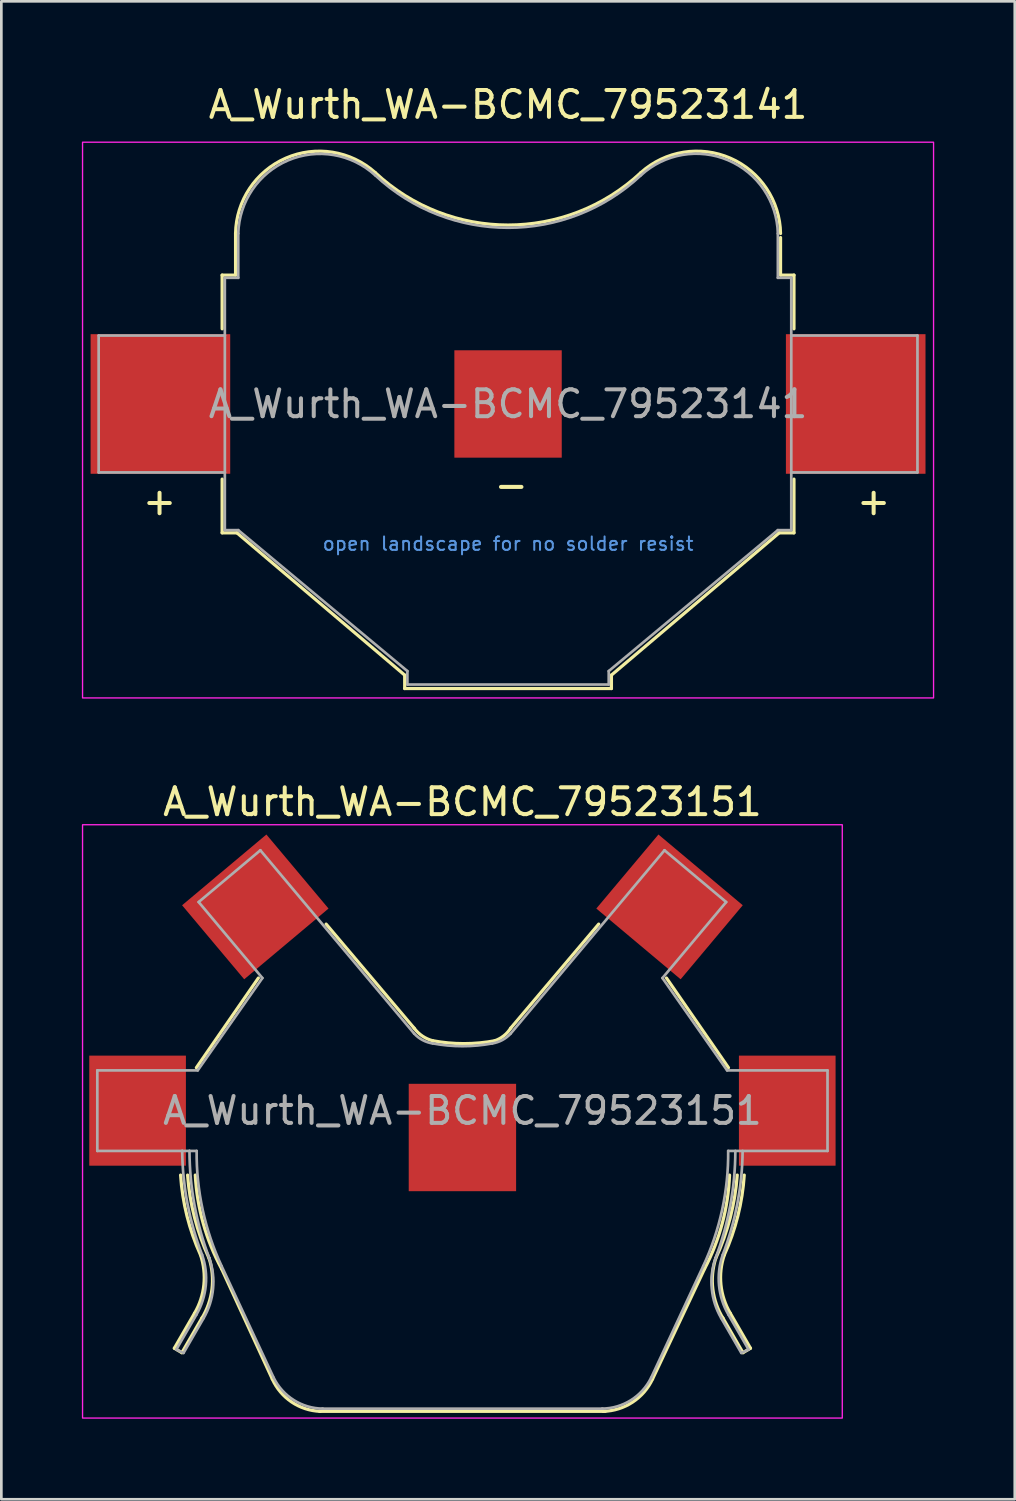
<source format=kicad_pcb>
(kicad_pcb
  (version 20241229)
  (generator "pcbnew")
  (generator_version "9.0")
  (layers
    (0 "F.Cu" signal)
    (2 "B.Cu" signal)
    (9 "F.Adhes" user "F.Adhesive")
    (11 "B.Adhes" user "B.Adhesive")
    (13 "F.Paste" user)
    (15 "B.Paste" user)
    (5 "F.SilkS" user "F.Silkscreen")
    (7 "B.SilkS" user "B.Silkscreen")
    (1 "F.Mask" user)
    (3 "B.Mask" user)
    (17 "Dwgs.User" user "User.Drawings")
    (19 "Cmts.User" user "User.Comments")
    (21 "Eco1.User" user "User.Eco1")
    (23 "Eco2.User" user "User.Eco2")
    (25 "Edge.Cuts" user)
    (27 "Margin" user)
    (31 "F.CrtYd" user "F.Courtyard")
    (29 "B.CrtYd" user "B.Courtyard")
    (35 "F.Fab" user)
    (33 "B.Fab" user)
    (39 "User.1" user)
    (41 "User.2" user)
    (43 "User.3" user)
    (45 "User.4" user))
  (footprint "A_Wurth_WA-BCMC_79523151"
    (layer "F.Cu")
    (at 14.175 38.322)
    (property "Reference" "A_Wurth_WA-BCMC_79523151" (at 0 -11.5 0) (unlocked yes) (layer "F.SilkS") (effects (font (size 1 1) (thickness 0.15))))
    (attr smd)
    (fp_line (start -10.73 8.85) (end -10.45 9.015) (stroke (width 0.12) (type solid)) (layer "F.SilkS"))
    (fp_line (start -9.98 7.55) (end -10.73 8.85) (stroke (width 0.12) (type solid)) (layer "F.SilkS"))
    (fp_line (start -9.699 7.717) (end -10.449 9.016) (stroke (width 0.12) (type solid)) (layer "F.SilkS"))
    (fp_line (start -8.97 5.89) (end -7.082 9.996) (stroke (width 0.12) (type solid)) (layer "F.SilkS"))
    (fp_line (start -7.601 -4.94) (end -9.91 -1.6) (stroke (width 0.12) (type solid)) (layer "F.SilkS"))
    (fp_line (start -5.32 11.2) (end -5.3 11.2) (stroke (width 0.12) (type solid)) (layer "F.SilkS"))
    (fp_line (start -5.3 11.2) (end 5.25 11.2) (stroke (width 0.12) (type solid)) (layer "F.SilkS"))
    (fp_line (start -5.077 -6.949) (end -1.798 -3.072) (stroke (width 0.12) (type solid)) (layer "F.SilkS"))
    (fp_line (start 5.077 -6.949) (end 1.798 -3.072) (stroke (width 0.12) (type solid)) (layer "F.SilkS"))
    (fp_line (start 5.25 11.2) (end 5.32 11.2) (stroke (width 0.12) (type solid)) (layer "F.SilkS"))
    (fp_line (start 7.601 -4.94) (end 9.91 -1.6) (stroke (width 0.12) (type solid)) (layer "F.SilkS"))
    (fp_line (start 9.02 5.89) (end 7.082 9.996) (stroke (width 0.12) (type solid)) (layer "F.SilkS"))
    (fp_line (start 9.699 7.717) (end 10.449 9.016) (stroke (width 0.12) (type solid)) (layer "F.SilkS"))
    (fp_line (start 9.98 7.55) (end 10.73 8.85) (stroke (width 0.12) (type solid)) (layer "F.SilkS"))
    (fp_line (start 10.73 8.85) (end 10.45 9.015) (stroke (width 0.12) (type solid)) (layer "F.SilkS"))
    (fp_arc (start -9.755 5.375) (mid -9.630067 6.487062) (end -9.98 7.55) (stroke (width 0.12) (type solid)) (layer "F.SilkS"))
    (fp_arc (start -9.755 5.376) (mid -10.260588 3.921477) (end -10.498 2.4) (stroke (width 0.12) (type solid)) (layer "F.SilkS"))
    (fp_arc (start -9.435 5.503) (mid -9.328518 6.65052) (end -9.71 7.738) (stroke (width 0.12) (type solid)) (layer "F.SilkS"))
    (fp_arc (start -9.435 5.504) (mid -9.975855 3.988135) (end -10.237 2.4) (stroke (width 0.12) (type solid)) (layer "F.SilkS"))
    (fp_arc (start -8.97 5.89) (mid -9.654795 4.199699) (end -9.95 2.4) (stroke (width 0.12) (type solid)) (layer "F.SilkS"))
    (fp_arc (start -5.3 11.2) (mid -6.362016 10.851114) (end -7.082 9.995999) (stroke (width 0.12) (type solid)) (layer "F.SilkS"))
    (fp_arc (start -1.104 -2.602999) (mid -1.49109 -2.778177) (end -1.798 -3.072) (stroke (width 0.12) (type solid)) (layer "F.SilkS"))
    (fp_arc (start 1.215 -2.605) (mid 0.055 -2.496559) (end -1.105 -2.605) (stroke (width 0.12) (type solid)) (layer "F.SilkS"))
    (fp_arc (start 1.798 -3.072) (mid 1.54109 -2.786725) (end 1.204 -2.603) (stroke (width 0.12) (type solid)) (layer "F.SilkS"))
    (fp_arc (start 7.082 9.995999) (mid 6.337016 10.858217) (end 5.25 11.2) (stroke (width 0.12) (type solid)) (layer "F.SilkS"))
    (fp_arc (start 9.71 7.738) (mid 9.328507 6.65052) (end 9.435 5.503) (stroke (width 0.12) (type solid)) (layer "F.SilkS"))
    (fp_arc (start 9.95 2.4) (mid 9.679794 4.196908) (end 9.02 5.89) (stroke (width 0.12) (type solid)) (layer "F.SilkS"))
    (fp_arc (start 9.98 7.55) (mid 9.630065 6.487062) (end 9.755 5.375) (stroke (width 0.12) (type solid)) (layer "F.SilkS"))
    (fp_arc (start 10.237 2.4) (mid 9.975856 3.988135) (end 9.435 5.504) (stroke (width 0.12) (type solid)) (layer "F.SilkS"))
    (fp_arc (start 10.498 2.4) (mid 10.260589 3.921477) (end 9.755 5.376) (stroke (width 0.12) (type solid)) (layer "F.SilkS"))
    (fp_rect (start -14.15 -10.65) (end 14.15 11.45) (stroke (width 0.05) (type default)) (fill no) (layer "F.CrtYd"))
    (fp_line (start -13.6 -1.5) (end -13.6 1.5) (stroke (width 0.1) (type solid)) (layer "F.Fab"))
    (fp_line (start -10.66 8.9) (end -10.39 9.025) (stroke (width 0.1) (type solid)) (layer "F.Fab"))
    (fp_line (start -10.438 1.5) (end -13.6 1.5) (stroke (width 0.1) (type solid)) (layer "F.Fab"))
    (fp_line (start -10.167 1.5) (end -10.438 1.5) (stroke (width 0.1) (type solid)) (layer "F.Fab"))
    (fp_line (start -9.91 7.6) (end -10.66 8.9) (stroke (width 0.1) (type solid)) (layer "F.Fab"))
    (fp_line (start -9.9 1.5) (end -10.167 1.5) (stroke (width 0.1) (type solid)) (layer "F.Fab"))
    (fp_line (start -9.86 -1.5) (end -13.6 -1.5) (stroke (width 0.1) (type solid)) (layer "F.Fab"))
    (fp_line (start -9.825 -7.771) (end -7.527 -9.699) (stroke (width 0.1) (type solid)) (layer "F.Fab"))
    (fp_line (start -9.825 -7.771) (end -7.451 -4.94) (stroke (width 0.1) (type solid)) (layer "F.Fab"))
    (fp_line (start -9.639 7.727) (end -10.389 9.026) (stroke (width 0.1) (type solid)) (layer "F.Fab"))
    (fp_line (start -8.97 5.79) (end -7.032 9.946) (stroke (width 0.1) (type solid)) (layer "F.Fab"))
    (fp_line (start -7.527 -9.699) (end -1.798 -2.872) (stroke (width 0.1) (type solid)) (layer "F.Fab"))
    (fp_line (start -7.451 -4.94) (end -9.86 -1.5) (stroke (width 0.1) (type solid)) (layer "F.Fab"))
    (fp_line (start -5.22 11.1) (end 5.22 11.1) (stroke (width 0.1) (type solid)) (layer "F.Fab"))
    (fp_line (start 7.451 -4.94) (end 9.86 -1.5) (stroke (width 0.1) (type solid)) (layer "F.Fab"))
    (fp_line (start 7.527 -9.699) (end 1.798 -2.872) (stroke (width 0.1) (type solid)) (layer "F.Fab"))
    (fp_line (start 8.97 5.79) (end 7.032 9.946) (stroke (width 0.1) (type solid)) (layer "F.Fab"))
    (fp_line (start 9.639 7.727) (end 10.389 9.026) (stroke (width 0.1) (type solid)) (layer "F.Fab"))
    (fp_line (start 9.825 -7.771) (end 7.451 -4.94) (stroke (width 0.1) (type solid)) (layer "F.Fab"))
    (fp_line (start 9.825 -7.771) (end 7.527 -9.699) (stroke (width 0.1) (type solid)) (layer "F.Fab"))
    (fp_line (start 9.86 -1.5) (end 13.6 -1.5) (stroke (width 0.1) (type solid)) (layer "F.Fab"))
    (fp_line (start 9.9 1.5) (end 13.6 1.5) (stroke (width 0.1) (type solid)) (layer "F.Fab"))
    (fp_line (start 9.91 7.6) (end 10.66 8.9) (stroke (width 0.1) (type solid)) (layer "F.Fab"))
    (fp_line (start 10.66 8.9) (end 10.39 9.025) (stroke (width 0.1) (type solid)) (layer "F.Fab"))
    (fp_line (start 13.6 -1.5) (end 13.6 1.5) (stroke (width 0.1) (type solid)) (layer "F.Fab"))
    (fp_arc (start -9.695 5.375) (mid -9.55961 6.51097) (end -9.910001 7.599999) (stroke (width 0.1) (type solid)) (layer "F.Fab"))
    (fp_arc (start -9.695 5.376) (mid -10.241138 3.471477) (end -10.438 1.5) (stroke (width 0.1) (type solid)) (layer "F.Fab"))
    (fp_arc (start -9.425 5.503) (mid -9.28961 6.63897) (end -9.640001 7.727999) (stroke (width 0.1) (type solid)) (layer "F.Fab"))
    (fp_arc (start -9.425 5.504) (mid -9.976403 3.535432) (end -10.167 1.5) (stroke (width 0.1) (type solid)) (layer "F.Fab"))
    (fp_arc (start -8.97 5.79) (mid -9.674446 3.696908) (end -9.9 1.5) (stroke (width 0.1) (type solid)) (layer "F.Fab"))
    (fp_arc (start -5.2 11.1) (mid -6.279914 10.783216) (end -7.032001 9.945999) (stroke (width 0.1) (type solid)) (layer "F.Fab"))
    (fp_arc (start -1.104 -2.503) (mid -1.482542 -2.628177) (end -1.798 -2.872) (stroke (width 0.1) (type solid)) (layer "F.Fab"))
    (fp_arc (start 1.115 -2.505) (mid 0.005 -2.401233) (end -1.105 -2.505) (stroke (width 0.1) (type solid)) (layer "F.Fab"))
    (fp_arc (start 1.798 -2.872) (mid 1.482542 -2.628177) (end 1.104 -2.503) (stroke (width 0.1) (type solid)) (layer "F.Fab"))
    (fp_arc (start 7.032001 9.945999) (mid 6.279915 10.783218) (end 5.2 11.1) (stroke (width 0.1) (type solid)) (layer "F.Fab"))
    (fp_arc (start 9.640001 7.727999) (mid 9.289612 6.63897) (end 9.425 5.503) (stroke (width 0.1) (type solid)) (layer "F.Fab"))
    (fp_arc (start 9.9 1.5) (mid 9.674447 3.696908) (end 8.97 5.79) (stroke (width 0.1) (type solid)) (layer "F.Fab"))
    (fp_arc (start 9.910001 7.599999) (mid 9.559612 6.51097) (end 9.695 5.375) (stroke (width 0.1) (type solid)) (layer "F.Fab"))
    (fp_arc (start 10.167 1.5) (mid 9.976406 3.535432) (end 9.425 5.504) (stroke (width 0.1) (type solid)) (layer "F.Fab"))
    (fp_arc (start 10.438 1.5) (mid 10.241139 3.471477) (end 9.695 5.376) (stroke (width 0.1) (type solid)) (layer "F.Fab"))
    (fp_text user "${REFERENCE}" (at 0 0 0) (unlocked yes) (layer "F.Fab") (effects (font (size 1 1) (thickness 0.15))))
    (pad "+" smd rect (at -12.1 0) (size 3.6 4.1) (layers "F.Cu" "F.Mask" "F.Paste"))
    (pad "+" smd rect (at -7.715 -7.59 40) (size 4.1 3.6) (layers "F.Cu" "F.Mask" "F.Paste"))
    (pad "+" smd rect (at 7.715 -7.59 320) (size 4.1 3.6) (layers "F.Cu" "F.Mask" "F.Paste"))
    (pad "+" smd rect (at 12.1 0) (size 3.6 4.1) (layers "F.Cu" "F.Mask" "F.Paste"))
    (pad "-" smd rect (at 0 1) (size 4 4) (layers "F.Cu" "F.Mask" "F.Paste")))
  (footprint "A_Wurth_WA-BCMC_79523141"
    (layer "F.Cu")
    (at 15.875 11.998)
    (property "Reference" "A_Wurth_WA-BCMC_79523141" (at 0 -11.15 0) (unlocked yes) (layer "F.SilkS") (effects (font (size 1 1) (thickness 0.15))))
    (attr smd)
    (fp_poly (pts (xy 7.187 -9.367) (xy 7.193 -9.367) (xy 7.539 -9.326) (xy 7.544 -9.325) (xy 7.883 -9.246) (xy 7.889 -9.244) (xy 8.217 -9.126) (xy 8.222 -9.124) (xy 8.534 -8.97) (xy 8.539 -8.967) (xy 8.831 -8.778) (xy 8.836 -8.774) (xy 9.105 -8.553) (xy 9.109 -8.549) (xy 9.351 -8.298) (xy 9.355 -8.294) (xy 9.566 -8.018) (xy 9.57 -8.013) (xy 9.748 -7.714) (xy 9.751 -7.709) (xy 9.894 -7.391) (xy 9.896 -7.386) (xy 10.002 -7.054) (xy 10.004 -7.049) (xy 10.071 -6.707) (xy 10.072 -6.701) (xy 10.096 -6.4) (xy 10.1 -6.4) (xy 10.1 -6.352) (xy 10.104 -6.302) (xy 10.1 -6.302) (xy 10.1 -4.75) (xy 10.6 -4.75) (xy 10.6 4.75) (xy 10.068 4.75) (xy 3.8 9.973) (xy 3.8 10.5) (xy -3.8 10.5) (xy -3.8 9.973) (xy -10.068 4.75) (xy -10.6 4.75) (xy -10.6 -4.75) (xy -10.1 -4.75) (xy -10.1 -6.35) (xy -10.1 -6.357) (xy -10.002 -7.049) (xy -9.894 -7.384) (xy -9.892 -7.389) (xy -9.748 -7.706) (xy -9.745 -7.711) (xy -9.566 -8.009) (xy -9.563 -8.014) (xy -9.351 -8.29) (xy -9.348 -8.294) (xy -9.106 -8.544) (xy -9.102 -8.548) (xy -8.833 -8.769) (xy -8.828 -8.772) (xy -8.536 -8.961) (xy -8.531 -8.964) (xy -8.219 -9.118) (xy -8.214 -9.121) (xy -7.887 -9.238) (xy -7.881 -9.24) (xy -7.543 -9.319) (xy -7.537 -9.32) (xy -7.192 -9.361) (xy -7.186 -9.361) (xy -6.838 -9.362) (xy -6.832 -9.362) (xy -6.487 -9.323) (xy -6.481 -9.322) (xy -6.142 -9.244) (xy -6.137 -9.243) (xy -5.809 -9.127) (xy -5.804 -9.124) (xy -5.491 -8.972) (xy -5.486 -8.969) (xy -5.193 -8.782) (xy -5.188 -8.778) (xy -4.919 -8.559) (xy -4.072 -7.878) (xy -3.616 -7.589) (xy -3.138 -7.335) (xy -2.643 -7.117) (xy -2.132 -6.938) (xy -1.61 -6.797) (xy -1.078 -6.695) (xy -0.541 -6.634) (xy 0 -6.614) (xy 0.541 -6.634) (xy 1.078 -6.695) (xy 1.61 -6.797) (xy 2.132 -6.938) (xy 2.643 -7.117) (xy 3.138 -7.335) (xy 3.616 -7.589) (xy 4.073 -7.879) (xy 4.507 -8.202) (xy 4.917 -8.558) (xy 4.918 -8.559) (xy 5.188 -8.779) (xy 5.192 -8.783) (xy 5.485 -8.971) (xy 5.49 -8.974) (xy 5.803 -9.127) (xy 5.808 -9.13) (xy 6.136 -9.247) (xy 6.142 -9.248) (xy 6.481 -9.327) (xy 6.487 -9.328) (xy 6.833 -9.367) (xy 6.839 -9.367)) (stroke (width 0) (type default)) (fill yes) (layer "F.Mask"))
    (fp_line (start -10.65 -4.8) (end -10.15 -4.8) (stroke (width 0.12) (type solid)) (layer "F.SilkS"))
    (fp_line (start -10.65 -2.8) (end -10.65 -4.8) (stroke (width 0.12) (type solid)) (layer "F.SilkS"))
    (fp_line (start -10.65 2.8) (end -10.65 4.8) (stroke (width 0.12) (type solid)) (layer "F.SilkS"))
    (fp_line (start -10.65 4.8) (end -10.1 4.8) (stroke (width 0.12) (type solid)) (layer "F.SilkS"))
    (fp_line (start -10.15 -4.8) (end -10.15 -6.35) (stroke (width 0.12) (type solid)) (layer "F.SilkS"))
    (fp_line (start -10.1 4.8) (end -3.85 10.1) (stroke (width 0.12) (type solid)) (layer "F.SilkS"))
    (fp_line (start -3.85 10.1) (end -3.85 10.6) (stroke (width 0.12) (type solid)) (layer "F.SilkS"))
    (fp_line (start -3.85 10.6) (end 3.85 10.6) (stroke (width 0.12) (type solid)) (layer "F.SilkS"))
    (fp_line (start 3.85 10.1) (end 10.1 4.8) (stroke (width 0.12) (type solid)) (layer "F.SilkS"))
    (fp_line (start 3.85 10.6) (end 3.85 10.1) (stroke (width 0.12) (type solid)) (layer "F.SilkS"))
    (fp_line (start 10.1 4.8) (end 10.65 4.8) (stroke (width 0.12) (type solid)) (layer "F.SilkS"))
    (fp_line (start 10.15 -4.8) (end 10.15 -6.2) (stroke (width 0.12) (type solid)) (layer "F.SilkS"))
    (fp_line (start 10.15 -4.8) (end 10.65 -4.8) (stroke (width 0.12) (type solid)) (layer "F.SilkS"))
    (fp_line (start 10.65 -2.8) (end 10.65 -4.8) (stroke (width 0.12) (type solid)) (layer "F.SilkS"))
    (fp_line (start 10.65 2.8) (end 10.65 4.8) (stroke (width 0.12) (type solid)) (layer "F.SilkS"))
    (fp_arc (start -10.15 -6.35) (mid -8.279271 -9.155577) (end -4.949999 -8.62) (stroke (width 0.12) (type solid)) (layer "F.SilkS"))
    (fp_arc (start 4.949999 -8.62) (mid 8.279269 -9.155563) (end 10.15 -6.35) (stroke (width 0.12) (type solid)) (layer "F.SilkS"))
    (fp_arc (start 4.95 -8.62) (mid 0 -6.664071) (end -4.95 -8.62) (stroke (width 0.12) (type solid)) (layer "F.SilkS"))
    (fp_rect (start -15.85 -9.75) (end 15.85 10.95) (stroke (width 0.05) (type default)) (fill no) (layer "F.CrtYd"))
    (fp_line (start -15.25 -2.55) (end -10.55 -2.55) (stroke (width 0.1) (type solid)) (layer "F.Fab"))
    (fp_line (start -15.25 2.55) (end -15.25 -2.55) (stroke (width 0.1) (type solid)) (layer "F.Fab"))
    (fp_line (start -15.25 2.55) (end -10.55 2.55) (stroke (width 0.1) (type solid)) (layer "F.Fab"))
    (fp_line (start -10.55 -4.7) (end -10.05 -4.7) (stroke (width 0.1) (type solid)) (layer "F.Fab"))
    (fp_line (start -10.55 -2.55) (end -10.55 -4.7) (stroke (width 0.1) (type solid)) (layer "F.Fab"))
    (fp_line (start -10.55 -2.55) (end -10.55 2.55) (stroke (width 0.1) (type solid)) (layer "F.Fab"))
    (fp_line (start -10.55 4.7) (end -10.55 2.55) (stroke (width 0.1) (type solid)) (layer "F.Fab"))
    (fp_line (start -10.55 4.7) (end -10.05 4.7) (stroke (width 0.1) (type solid)) (layer "F.Fab"))
    (fp_line (start -10.05 -4.7) (end -10.05 -6.35) (stroke (width 0.1) (type solid)) (layer "F.Fab"))
    (fp_line (start -3.75 9.95) (end -10.05 4.7) (stroke (width 0.1) (type solid)) (layer "F.Fab"))
    (fp_line (start -3.75 10.45) (end -3.75 9.95) (stroke (width 0.1) (type solid)) (layer "F.Fab"))
    (fp_line (start -3.75 10.45) (end 3.75 10.45) (stroke (width 0.1) (type solid)) (layer "F.Fab"))
    (fp_line (start 3.75 9.95) (end 10.05 4.7) (stroke (width 0.1) (type solid)) (layer "F.Fab"))
    (fp_line (start 3.75 10.45) (end 3.75 9.95) (stroke (width 0.1) (type solid)) (layer "F.Fab"))
    (fp_line (start 10.05 -4.7) (end 10.05 -6.35) (stroke (width 0.1) (type solid)) (layer "F.Fab"))
    (fp_line (start 10.05 4.7) (end 10.55 4.7) (stroke (width 0.1) (type solid)) (layer "F.Fab"))
    (fp_line (start 10.55 -4.7) (end 10.05 -4.7) (stroke (width 0.1) (type solid)) (layer "F.Fab"))
    (fp_line (start 10.55 -2.55) (end 10.55 -4.7) (stroke (width 0.1) (type solid)) (layer "F.Fab"))
    (fp_line (start 10.55 -2.55) (end 10.55 2.55) (stroke (width 0.1) (type solid)) (layer "F.Fab"))
    (fp_line (start 10.55 4.7) (end 10.55 2.55) (stroke (width 0.1) (type solid)) (layer "F.Fab"))
    (fp_line (start 15.25 -2.55) (end 10.55 -2.55) (stroke (width 0.1) (type solid)) (layer "F.Fab"))
    (fp_line (start 15.25 2.55) (end 10.55 2.55) (stroke (width 0.1) (type solid)) (layer "F.Fab"))
    (fp_line (start 15.25 2.55) (end 15.25 -2.55) (stroke (width 0.1) (type solid)) (layer "F.Fab"))
    (fp_arc (start -10.05 -6.35) (mid -8.197143 -9.073452) (end -4.949999 -8.519999) (stroke (width 0.1) (type solid)) (layer "F.Fab"))
    (fp_arc (start 4.949999 -8.519999) (mid 8.199669 -9.079378) (end 10.05 -6.35) (stroke (width 0.1) (type solid)) (layer "F.Fab"))
    (fp_arc (start 4.95 -8.52) (mid 0 -6.564071) (end -4.95 -8.52) (stroke (width 0.1) (type solid)) (layer "F.Fab"))
    (fp_text user "+" (at 12.9 4.2 0) (layer "F.SilkS") (effects (font (size 1 1) (thickness 0.15)) (justify left bottom)))
    (fp_text user "+" (at -13.7 4.2 0) (layer "F.SilkS") (effects (font (size 1 1) (thickness 0.15)) (justify left bottom)))
    (fp_text user "-" (at -0.6 3.6 0) (layer "F.SilkS") (effects (font (size 1 1) (thickness 0.15)) (justify left bottom)))
    (fp_text user "open landscape for no solder resist" (at 0 5.5 0) (layer "Cmts.User") (effects (font (size 0.5 0.5) (thickness 0.075)) (justify bottom)))
    (fp_text user "${REFERENCE}" (at 0 0 0) (unlocked yes) (layer "F.Fab") (effects (font (size 1 1) (thickness 0.15))))
    (pad "+" smd rect (at -12.95 0) (size 5.2 5.2) (layers "F.Cu" "F.Mask" "F.Paste"))
    (pad "+" smd rect (at 12.95 0) (size 5.2 5.2) (layers "F.Cu" "F.Mask" "F.Paste"))
    (pad "-" smd rect (at 0 0) (size 4 4) (layers "F.Cu" "F.Mask" "F.Paste")))
  (gr_rect
    (start -3 -3)
    (end 34.75 52.797)
    (stroke (width 0.1) (type default))
    (fill no)
    (layer "Edge.Cuts")))
</source>
